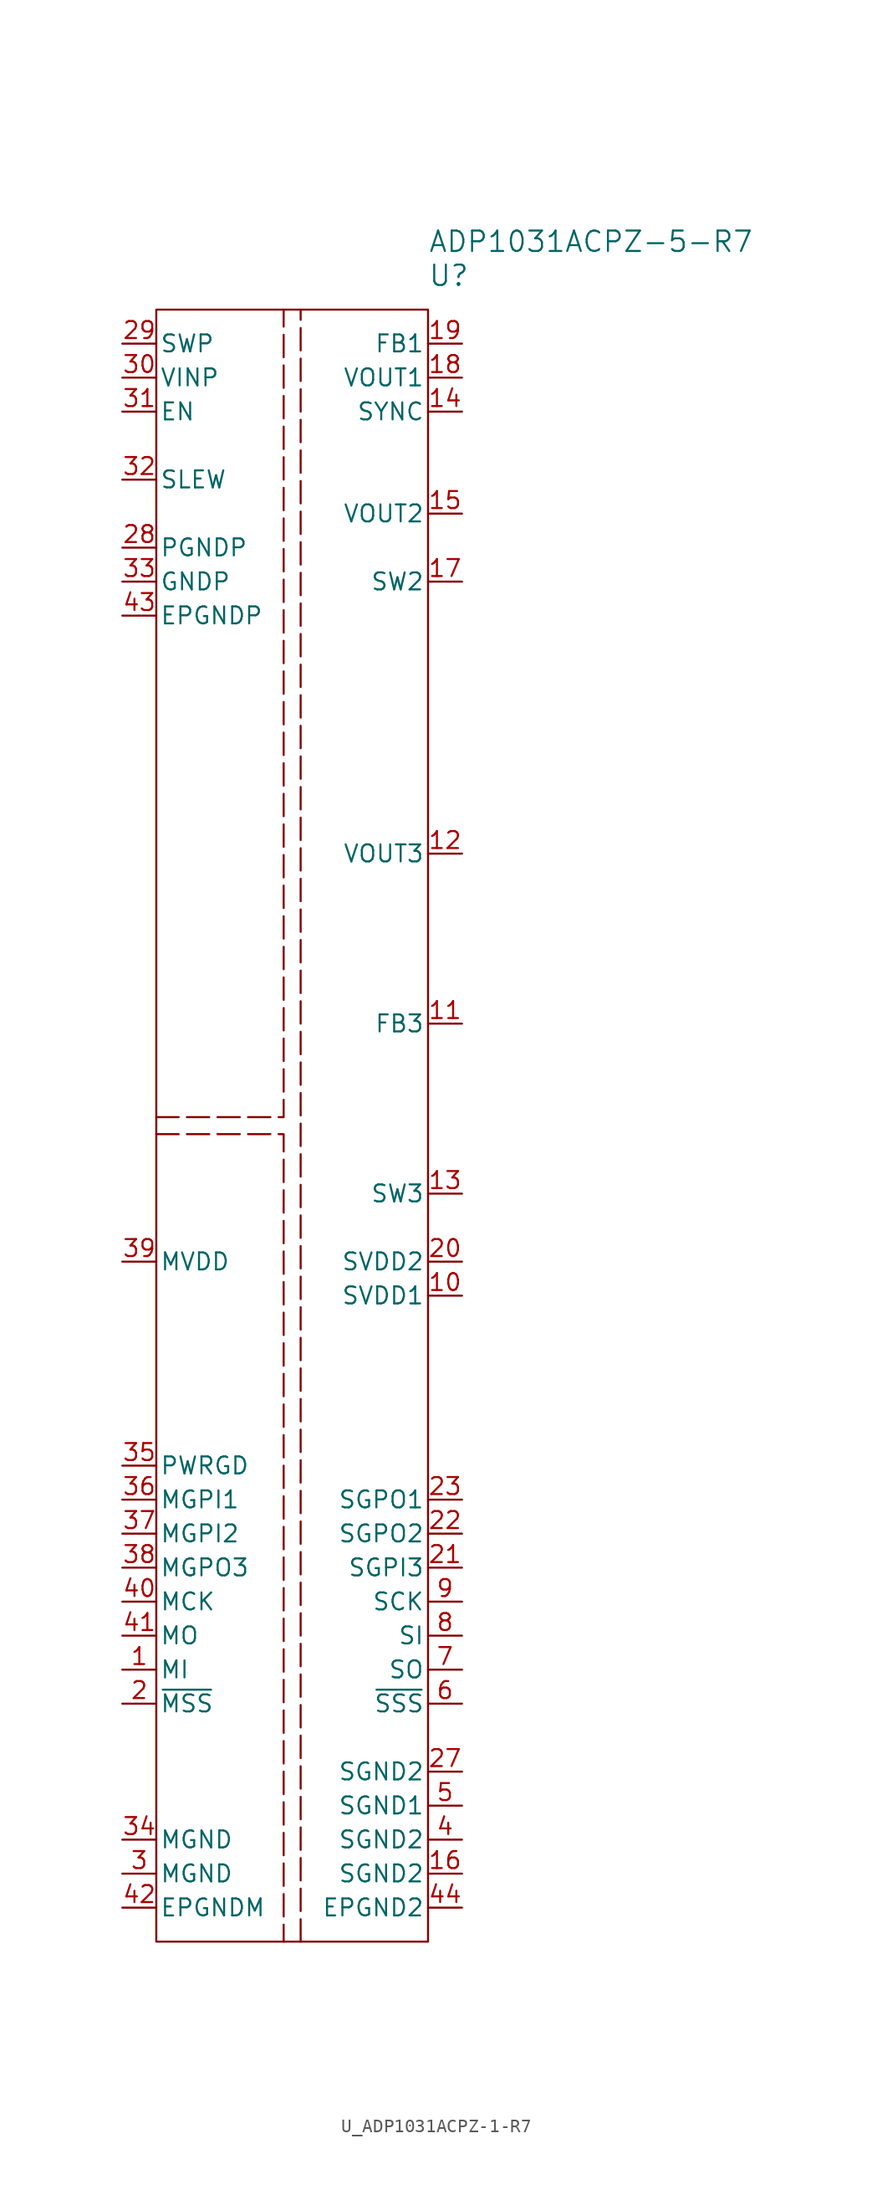
<source format=kicad_sym>
(kicad_symbol_lib
  (version 20241209)
  (generator "kicad_symbol_editor")
  (generator_version "9.0")
  (symbol "U_ADP1031ACPZ-1-R7"
    (pin_names
      (offset 0.254))
    (property "Reference" "U"
      (at 10.16 63.5 0)
      (effects (font (size 1.524 1.524)) (justify left)))
    (property "Value" "ADP1031ACPZ-5-R7"
      (at 10.16 66.04 0)
      (effects (font (size 1.524 1.524)) (justify left)))
    (symbol "U_ADP1031ACPZ-1-R7_0_1"
      (pin power_in line (at -12.7 55.88 0) (length 2.54) (name "VINP" (effects (font (size 1.27 1.27)))) (number "30" (effects (font (size 1.27 1.27)))))
      (pin input line (at -12.7 53.34 0) (length 2.54) (name "EN" (effects (font (size 1.27 1.27)))) (number "31" (effects (font (size 1.27 1.27)))))
      (pin input line (at -12.7 48.26 0) (length 2.54) (name "SLEW" (effects (font (size 1.27 1.27)))) (number "32" (effects (font (size 1.27 1.27)))))
      (pin power_out line (at -12.7 43.18 0) (length 2.54) (name "PGNDP" (effects (font (size 1.27 1.27)))) (number "28" (effects (font (size 1.27 1.27)))))
      (pin power_out line (at -12.7 40.64 0) (length 2.54) (name "GNDP" (effects (font (size 1.27 1.27)))) (number "33" (effects (font (size 1.27 1.27)))))
      (pin power_out line (at -12.7 38.1 0) (length 2.54) (name "EPGNDP" (effects (font (size 1.27 1.27)))) (number "43" (effects (font (size 1.27 1.27)))))
      (pin power_in line (at -12.7 -10.16 0) (length 2.54) (name "MVDD" (effects (font (size 1.27 1.27)))) (number "39" (effects (font (size 1.27 1.27)))))
      (pin power_out line (at -12.7 -25.4 0) (length 2.54) (name "PWRGD" (effects (font (size 1.27 1.27)))) (number "35" (effects (font (size 1.27 1.27)))))
      (pin input line (at -12.7 -27.94 0) (length 2.54) (name "MGPI1" (effects (font (size 1.27 1.27)))) (number "36" (effects (font (size 1.27 1.27)))))
      (pin input line (at -12.7 -30.48 0) (length 2.54) (name "MGPI2" (effects (font (size 1.27 1.27)))) (number "37" (effects (font (size 1.27 1.27)))))
      (pin output line (at -12.7 -33.02 0) (length 2.54) (name "MGPO3" (effects (font (size 1.27 1.27)))) (number "38" (effects (font (size 1.27 1.27)))))
      (pin input line (at -12.7 -35.56 0) (length 2.54) (name "MCK" (effects (font (size 1.27 1.27)))) (number "40" (effects (font (size 1.27 1.27)))))
      (pin input line (at -12.7 -38.1 0) (length 2.54) (name "MO" (effects (font (size 1.27 1.27)))) (number "41" (effects (font (size 1.27 1.27)))))
      (pin output line (at -12.7 -40.64 0) (length 2.54) (name "MI" (effects (font (size 1.27 1.27)))) (number "1" (effects (font (size 1.27 1.27)))))
      (pin input line (at 12.7 53.34 180) (length 2.54) (name "SYNC" (effects (font (size 1.27 1.27)))) (number "14" (effects (font (size 1.27 1.27)))))
      (pin input line (at 12.7 -33.02 180) (length 2.54) (name "SGPI3" (effects (font (size 1.27 1.27)))) (number "21" (effects (font (size 1.27 1.27)))))
      (pin output line (at 12.7 -35.56 180) (length 2.54) (name "SCK" (effects (font (size 1.27 1.27)))) (number "9" (effects (font (size 1.27 1.27)))))
      (pin output line (at 12.7 -38.1 180) (length 2.54) (name "SI" (effects (font (size 1.27 1.27)))) (number "8" (effects (font (size 1.27 1.27)))))
      (pin input line (at 12.7 -40.64 180) (length 2.54) (name "SO" (effects (font (size 1.27 1.27)))) (number "7" (effects (font (size 1.27 1.27))))))
    (symbol "U_ADP1031ACPZ-1-R7_1_1"
      (rectangle (start -10.16 60.96) (end 10.16 -60.96) (stroke (width 0) (type default)) (fill (type none)))
      (polyline (pts (xy -10.16 0.635) (xy -0.635 0.635) (xy -0.635 60.96)) (stroke (width 0) (type dash)) (fill (type none)))
      (polyline (pts (xy -10.16 -0.635) (xy -0.635 -0.635) (xy -0.635 -60.96)) (stroke (width 0) (type dash)) (fill (type none)))
      (polyline (pts (xy 0.635 -60.96) (xy 0.635 60.96)) (stroke (width 0) (type dash)) (fill (type none)))
      (pin power_in line (at -12.7 58.42 0) (length 2.54) (name "SWP" (effects (font (size 1.27 1.27)))) (number "29" (effects (font (size 1.27 1.27)))))
      (pin input line (at -12.7 -43.18 0) (length 2.54) (name "~{MSS}" (effects (font (size 1.27 1.27)))) (number "2" (effects (font (size 1.27 1.27)))))
      (pin power_in line (at -12.7 -53.34 0) (length 2.54) (name "MGND" (effects (font (size 1.27 1.27)))) (number "34" (effects (font (size 1.27 1.27)))))
      (pin power_in line (at -12.7 -55.88 0) (length 2.54) (name "MGND" (effects (font (size 1.27 1.27)))) (number "3" (effects (font (size 1.27 1.27)))))
      (pin power_in line (at -12.7 -58.42 0) (length 2.54) (name "EPGNDM" (effects (font (size 1.27 1.27)))) (number "42" (effects (font (size 1.27 1.27)))))
      (pin input line (at 12.7 58.42 180) (length 2.54) (name "FB1" (effects (font (size 1.27 1.27)))) (number "19" (effects (font (size 1.27 1.27)))))
      (pin power_out line (at 12.7 55.88 180) (length 2.54) (name "VOUT1" (effects (font (size 1.27 1.27)))) (number "18" (effects (font (size 1.27 1.27)))))
      (pin power_out line (at 12.7 45.72 180) (length 2.54) (name "VOUT2" (effects (font (size 1.27 1.27)))) (number "15" (effects (font (size 1.27 1.27)))))
      (pin power_in line (at 12.7 40.64 180) (length 2.54) (name "SW2" (effects (font (size 1.27 1.27)))) (number "17" (effects (font (size 1.27 1.27)))))
      (pin power_out line (at 12.7 20.32 180) (length 2.54) (name "VOUT3" (effects (font (size 1.27 1.27)))) (number "12" (effects (font (size 1.27 1.27)))))
      (pin input line (at 12.7 7.62 180) (length 2.54) (name "FB3" (effects (font (size 1.27 1.27)))) (number "11" (effects (font (size 1.27 1.27)))))
      (pin power_in line (at 12.7 -5.08 180) (length 2.54) (name "SW3" (effects (font (size 1.27 1.27)))) (number "13" (effects (font (size 1.27 1.27)))))
      (pin power_out line (at 12.7 -10.16 180) (length 2.54) (name "SVDD2" (effects (font (size 1.27 1.27)))) (number "20" (effects (font (size 1.27 1.27)))))
      (pin power_out line (at 12.7 -12.7 180) (length 2.54) (name "SVDD1" (effects (font (size 1.27 1.27)))) (number "10" (effects (font (size 1.27 1.27)))))
      (pin no_connect line (at 12.7 -17.78 180) (length 2.54) (hide yes) (name "DNC" (effects (font (size 1.27 1.27)))) (number "26" (effects (font (size 1.27 1.27)))))
      (pin no_connect line (at 12.7 -20.32 180) (length 2.54) (hide yes) (name "DNC" (effects (font (size 1.27 1.27)))) (number "25" (effects (font (size 1.27 1.27)))))
      (pin no_connect line (at 12.7 -22.86 180) (length 2.54) (hide yes) (name "DNC" (effects (font (size 1.27 1.27)))) (number "24" (effects (font (size 1.27 1.27)))))
      (pin output line (at 12.7 -27.94 180) (length 2.54) (name "SGPO1" (effects (font (size 1.27 1.27)))) (number "23" (effects (font (size 1.27 1.27)))))
      (pin output line (at 12.7 -30.48 180) (length 2.54) (name "SGPO2" (effects (font (size 1.27 1.27)))) (number "22" (effects (font (size 1.27 1.27)))))
      (pin output line (at 12.7 -43.18 180) (length 2.54) (name "~{SSS}" (effects (font (size 1.27 1.27)))) (number "6" (effects (font (size 1.27 1.27)))))
      (pin power_in line (at 12.7 -48.26 180) (length 2.54) (name "SGND2" (effects (font (size 1.27 1.27)))) (number "27" (effects (font (size 1.27 1.27)))))
      (pin power_in line (at 12.7 -50.8 180) (length 2.54) (name "SGND1" (effects (font (size 1.27 1.27)))) (number "5" (effects (font (size 1.27 1.27)))))
      (pin power_in line (at 12.7 -53.34 180) (length 2.54) (name "SGND2" (effects (font (size 1.27 1.27)))) (number "4" (effects (font (size 1.27 1.27)))))
      (pin power_in line (at 12.7 -55.88 180) (length 2.54) (name "SGND2" (effects (font (size 1.27 1.27)))) (number "16" (effects (font (size 1.27 1.27)))))
      (pin power_in line (at 12.7 -58.42 180) (length 2.54) (name "EPGND2" (effects (font (size 1.27 1.27)))) (number "44" (effects (font (size 1.27 1.27))))))))
</source>
